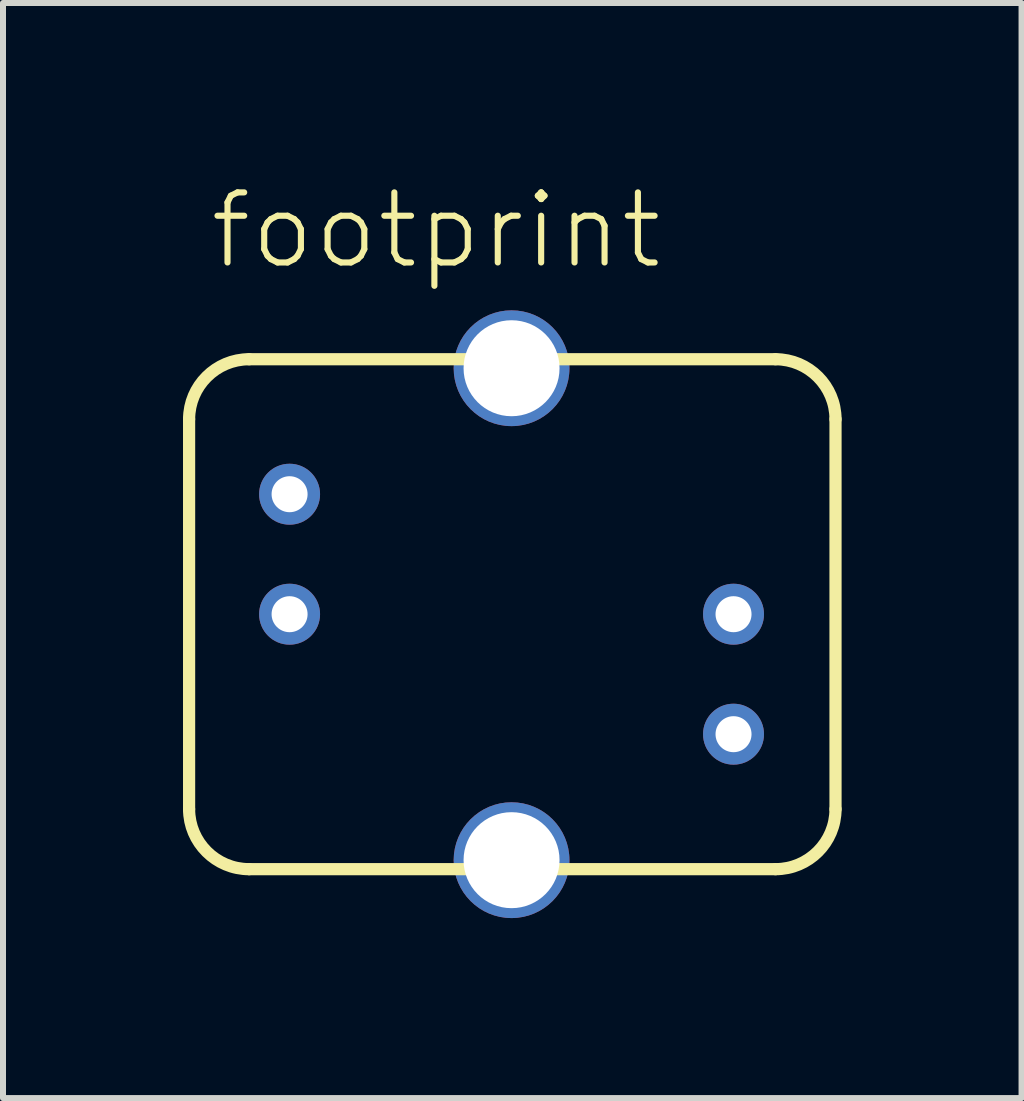
<source format=kicad_pcb>
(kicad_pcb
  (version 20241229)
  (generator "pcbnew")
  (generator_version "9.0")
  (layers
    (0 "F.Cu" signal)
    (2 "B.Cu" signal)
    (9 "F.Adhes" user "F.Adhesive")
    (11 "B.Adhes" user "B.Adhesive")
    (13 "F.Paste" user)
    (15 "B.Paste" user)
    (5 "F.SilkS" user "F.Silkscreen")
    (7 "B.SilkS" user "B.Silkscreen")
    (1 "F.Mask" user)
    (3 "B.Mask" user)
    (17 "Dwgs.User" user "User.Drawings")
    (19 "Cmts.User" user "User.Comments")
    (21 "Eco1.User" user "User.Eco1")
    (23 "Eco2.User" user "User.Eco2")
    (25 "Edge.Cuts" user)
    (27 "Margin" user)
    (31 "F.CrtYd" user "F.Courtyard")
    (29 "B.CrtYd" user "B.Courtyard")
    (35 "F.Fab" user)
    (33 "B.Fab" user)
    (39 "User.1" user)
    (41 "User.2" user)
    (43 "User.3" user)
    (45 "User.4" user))
  (footprint "footprint"
    (layer "F.Cu")
    (at 5.477 7.188)
    (property "Reference" "footprint" (at -5.08 -5.715 0) (layer "F.SilkS") (effects (font (size 1.168 1.168) (thickness 0.102)) (justify left bottom)))
    (fp_line (start -5.375 -3.25) (end -5.375 3.25) (stroke (width 0.203) (type solid)) (layer "F.SilkS"))
    (fp_line (start -4.375 4.25) (end 4.4 4.25) (stroke (width 0.203) (type solid)) (layer "F.SilkS"))
    (fp_line (start 4.4 -4.25) (end -4.375 -4.25) (stroke (width 0.203) (type solid)) (layer "F.SilkS"))
    (fp_line (start 5.4 3.25) (end 5.4 -3.25) (stroke (width 0.203) (type solid)) (layer "F.SilkS"))
    (fp_arc (start -5.375 -3.25) (mid -5.082107 -3.957107) (end -4.375 -4.25) (stroke (width 0.2032) (type solid)) (layer "F.SilkS"))
    (fp_arc (start -4.375 4.25) (mid -5.082107 3.957107) (end -5.375 3.25) (stroke (width 0.2032) (type solid)) (layer "F.SilkS"))
    (fp_arc (start 4.4 -4.25) (mid 5.107107 -3.957107) (end 5.4 -3.25) (stroke (width 0.2032) (type solid)) (layer "F.SilkS"))
    (fp_arc (start 5.4 3.25) (mid 5.107107 3.957107) (end 4.4 4.25) (stroke (width 0.2032) (type solid)) (layer "F.SilkS"))
    (pad "1" thru_hole circle (at -3.7 -2) (size 1.016 1.016) (drill 0.6) (layers "*.Cu" "*.Mask"))
    (pad "2" thru_hole circle (at -3.7 0) (size 1.016 1.016) (drill 0.6) (layers "*.Cu" "*.Mask"))
    (pad "3" thru_hole circle (at 3.7 0 180) (size 1.016 1.016) (drill 0.6) (layers "*.Cu" "*.Mask"))
    (pad "4" thru_hole circle (at 3.7 2 180) (size 1.016 1.016) (drill 0.6) (layers "*.Cu" "*.Mask"))
    (pad "S@1" thru_hole circle (at 0 -4.1) (size 1.93 1.93) (drill 1.6) (layers "*.Cu" "*.Mask"))
    (pad "S@2" thru_hole circle (at 0 4.1) (size 1.93 1.93) (drill 1.6) (layers "*.Cu" "*.Mask")))
  (gr_rect
    (start -3 -3)
    (end 13.978 15.253)
    (stroke (width 0.1) (type default))
    (fill no)
    (layer "Edge.Cuts")))
</source>
